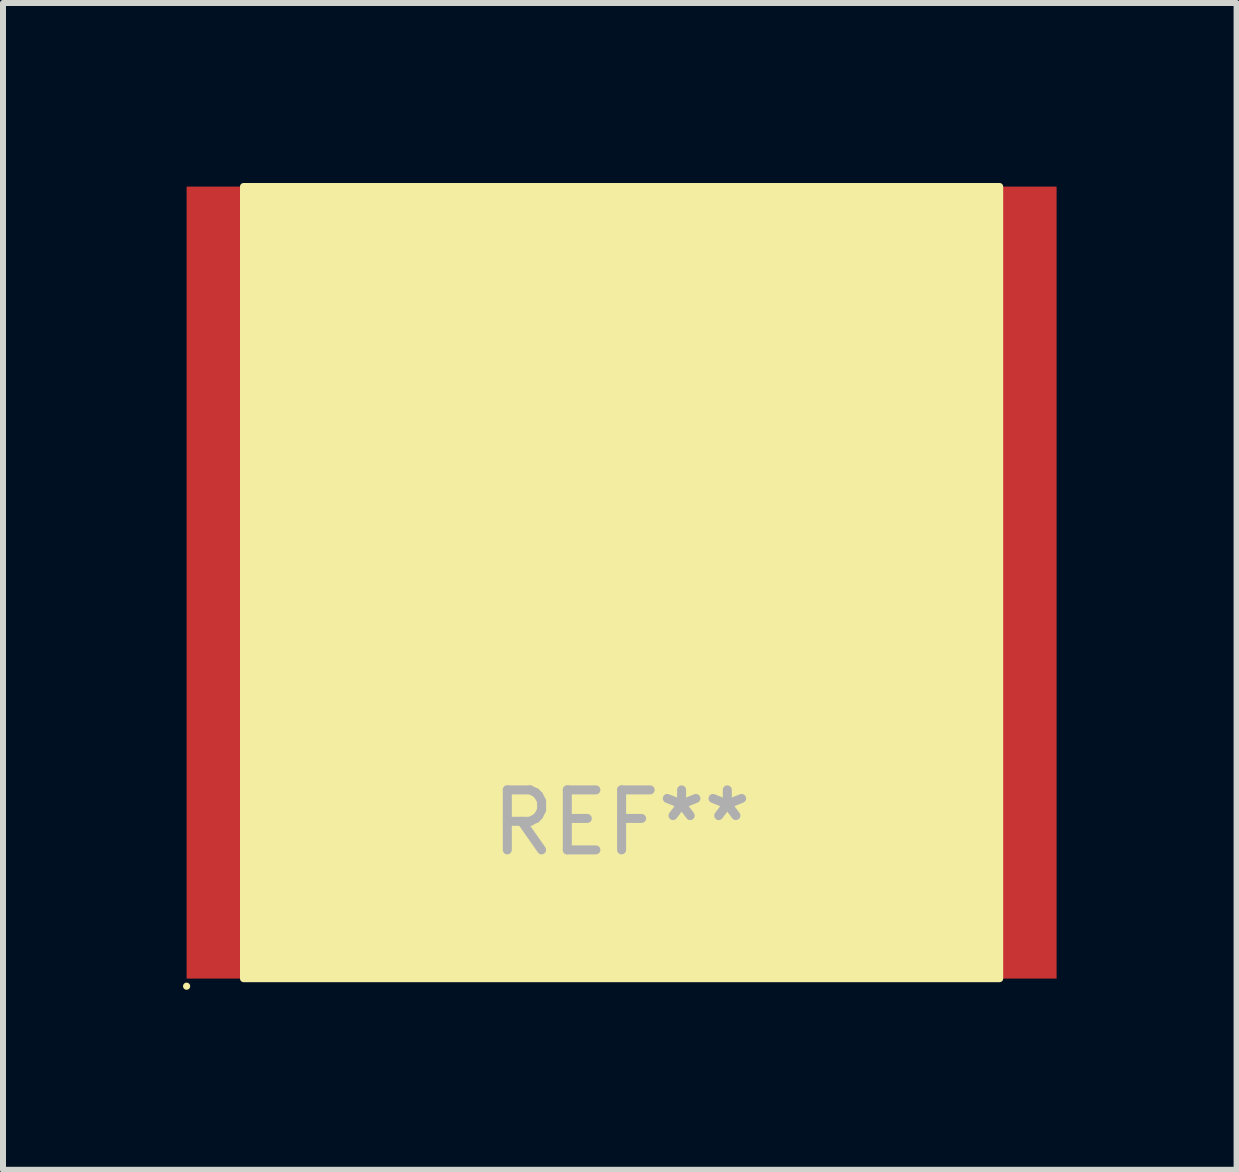
<source format=kicad_pcb>
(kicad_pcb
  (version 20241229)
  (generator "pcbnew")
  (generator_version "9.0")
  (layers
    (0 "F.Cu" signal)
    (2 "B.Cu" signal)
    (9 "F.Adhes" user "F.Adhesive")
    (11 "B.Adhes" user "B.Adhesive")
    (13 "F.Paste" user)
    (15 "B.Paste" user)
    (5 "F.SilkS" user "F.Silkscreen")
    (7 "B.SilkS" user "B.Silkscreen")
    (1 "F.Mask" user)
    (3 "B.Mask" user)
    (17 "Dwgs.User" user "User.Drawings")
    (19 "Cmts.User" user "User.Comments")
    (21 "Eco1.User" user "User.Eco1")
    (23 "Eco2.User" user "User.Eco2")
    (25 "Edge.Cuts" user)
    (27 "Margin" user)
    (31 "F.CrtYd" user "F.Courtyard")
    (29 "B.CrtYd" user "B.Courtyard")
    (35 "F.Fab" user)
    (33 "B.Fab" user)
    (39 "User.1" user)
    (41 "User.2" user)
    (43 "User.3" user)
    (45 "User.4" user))
  (footprint "ETQP8MR68JFA"
    (layer "F.Cu")
    (at 7.31 6.66)
    (property "Reference" "ETQP8MR68JFA" (at 0 -2 0) (layer "F.SilkS") (effects (font (size 1 1) (thickness 0.15))))
    (attr through_hole)
    (fp_circle (center -7.25 6.727) (end -7.22 6.727) (stroke (width 0.06) (type solid)) (fill no) (layer "F.SilkS"))
    (fp_poly (pts (xy -6.3 -6.6) (xy 6.3 -6.6) (xy 6.3 6.6) (xy -6.3 6.6)) (stroke (width 0.12) (type solid)) (fill yes) (layer "F.SilkS"))
    (fp_text user "REF**" (at 0 4 0) (layer "F.Fab") (effects (font (size 1 1) (thickness 0.15))))
    (pad "1" smd rect (at -5.65 0) (size 3.2 13.2) (layers "F.Cu" "F.Mask" "F.Paste"))
    (pad "2" smd rect (at 5.65 0) (size 3.2 13.2) (layers "F.Cu" "F.Mask" "F.Paste")))
  (gr_rect
    (start -3 -3)
    (end 17.56 16.447)
    (stroke (width 0.1) (type default))
    (fill no)
    (layer "Edge.Cuts")))
</source>
